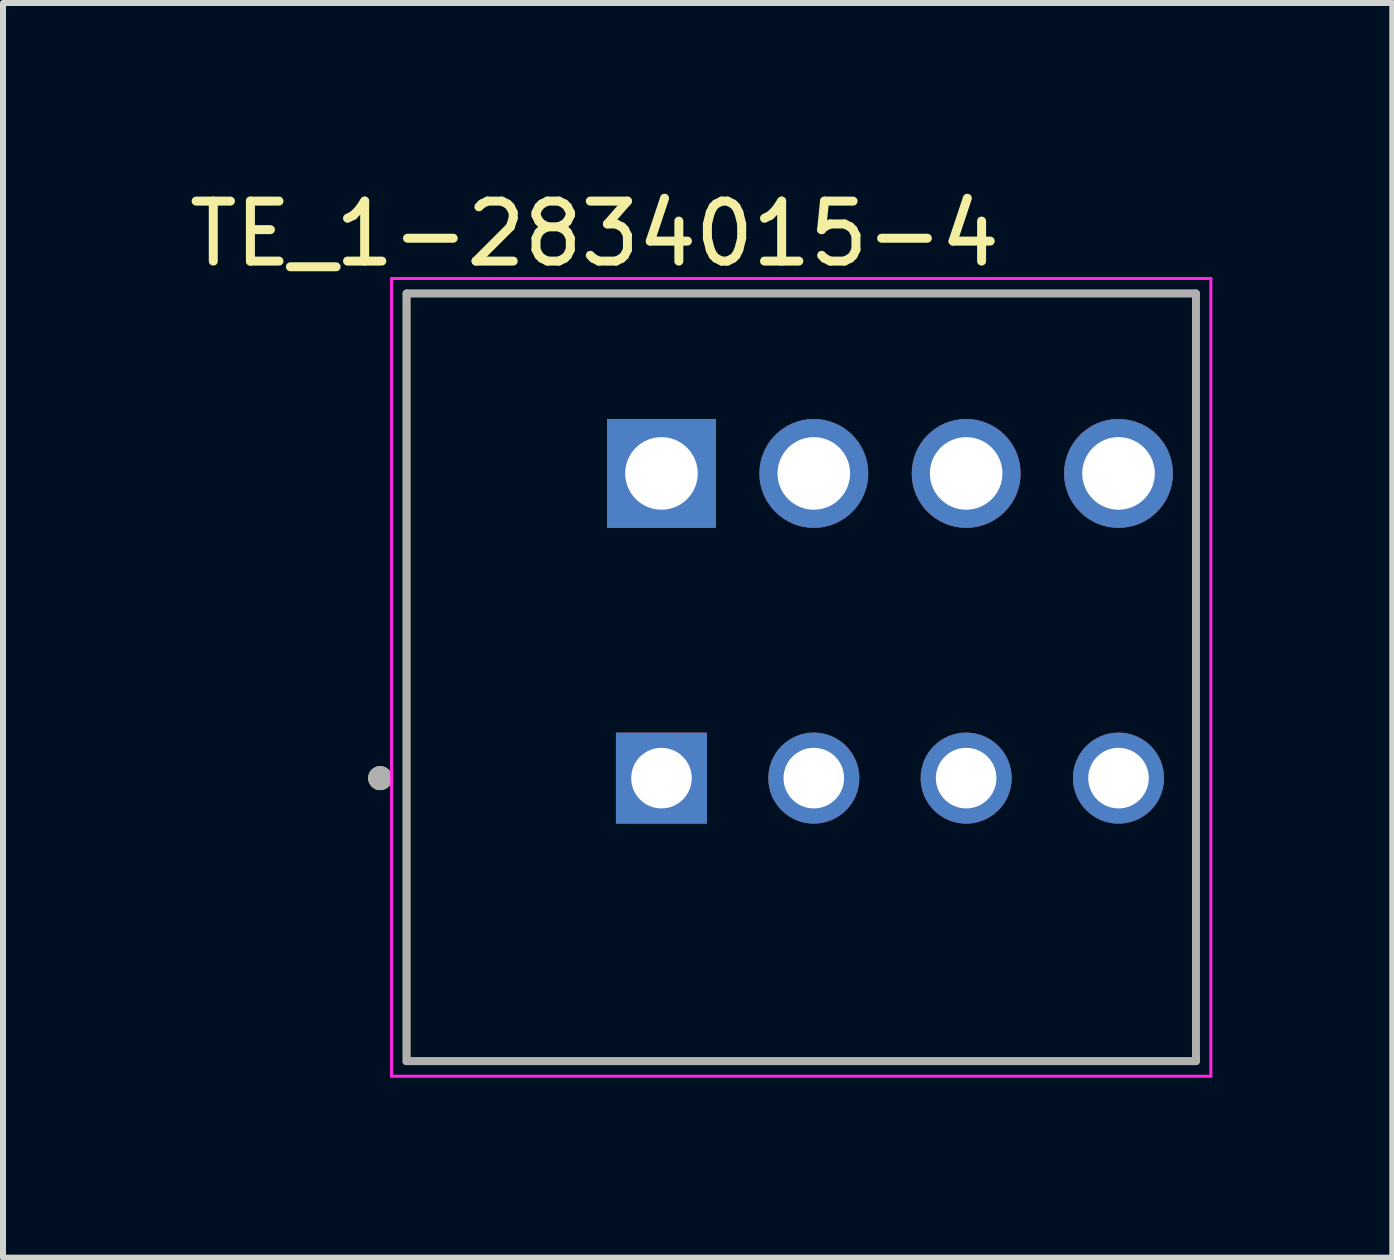
<source format=kicad_pcb>
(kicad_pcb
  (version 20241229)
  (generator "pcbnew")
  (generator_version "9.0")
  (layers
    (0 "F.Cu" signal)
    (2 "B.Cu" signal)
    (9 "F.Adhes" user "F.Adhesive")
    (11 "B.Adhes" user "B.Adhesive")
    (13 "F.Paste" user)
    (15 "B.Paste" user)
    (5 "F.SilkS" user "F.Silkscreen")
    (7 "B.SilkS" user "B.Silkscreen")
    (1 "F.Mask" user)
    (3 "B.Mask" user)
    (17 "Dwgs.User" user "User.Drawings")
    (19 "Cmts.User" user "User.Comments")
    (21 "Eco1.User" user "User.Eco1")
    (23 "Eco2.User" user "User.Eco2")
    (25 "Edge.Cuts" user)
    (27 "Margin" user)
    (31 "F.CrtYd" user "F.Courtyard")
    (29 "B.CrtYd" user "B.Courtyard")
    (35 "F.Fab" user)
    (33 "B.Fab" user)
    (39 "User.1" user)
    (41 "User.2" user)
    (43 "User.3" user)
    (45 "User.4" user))
  (footprint "TE_1-2834015-4"
    (layer "F.Cu")
    (at 11.788 7.383)
    (property "Reference" "TE_1-2834015-4" (at -4.925 -6.535 0) (layer "F.SilkS") (effects (font (size 1 1) (thickness 0.15))))
    (attr through_hole)
    (fp_line (start -8.06 -5.54) (end 5.1 -5.54) (stroke (width 0.127) (type solid)) (layer "F.SilkS"))
    (fp_line (start -8.06 7.26) (end -8.06 -5.54) (stroke (width 0.127) (type solid)) (layer "F.SilkS"))
    (fp_line (start 5.1 -5.54) (end 5.1 7.26) (stroke (width 0.127) (type solid)) (layer "F.SilkS"))
    (fp_line (start 5.1 7.26) (end -8.06 7.26) (stroke (width 0.127) (type solid)) (layer "F.SilkS"))
    (fp_circle (center -8.5 2.54) (end -8.4 2.54) (stroke (width 0.2) (type solid)) (fill no) (layer "F.SilkS"))
    (fp_line (start -8.31 -5.79) (end 5.35 -5.79) (stroke (width 0.05) (type solid)) (layer "F.CrtYd"))
    (fp_line (start -8.31 7.51) (end -8.31 -5.79) (stroke (width 0.05) (type solid)) (layer "F.CrtYd"))
    (fp_line (start 5.35 -5.79) (end 5.35 7.51) (stroke (width 0.05) (type solid)) (layer "F.CrtYd"))
    (fp_line (start 5.35 7.51) (end -8.31 7.51) (stroke (width 0.05) (type solid)) (layer "F.CrtYd"))
    (fp_line (start -8.06 -5.54) (end 5.1 -5.54) (stroke (width 0.127) (type solid)) (layer "F.Fab"))
    (fp_line (start -8.06 7.26) (end -8.06 -5.54) (stroke (width 0.127) (type solid)) (layer "F.Fab"))
    (fp_line (start 5.1 -5.54) (end 5.1 7.26) (stroke (width 0.127) (type solid)) (layer "F.Fab"))
    (fp_line (start 5.1 7.26) (end -8.06 7.26) (stroke (width 0.127) (type solid)) (layer "F.Fab"))
    (fp_circle (center -8.5 2.54) (end -8.4 2.54) (stroke (width 0.2) (type solid)) (fill no) (layer "F.Fab"))
    (pad "1_1" thru_hole rect (at -3.81 2.54) (size 1.518 1.518) (drill 1.01) (layers "*.Cu" "*.Mask"))
    (pad "1_2" thru_hole rect (at -3.81 -2.54) (size 1.815 1.815) (drill 1.21) (layers "*.Cu" "*.Mask"))
    (pad "2_1" thru_hole circle (at -1.27 2.54) (size 1.518 1.518) (drill 1.01) (layers "*.Cu" "*.Mask"))
    (pad "2_2" thru_hole circle (at -1.27 -2.54) (size 1.815 1.815) (drill 1.21) (layers "*.Cu" "*.Mask"))
    (pad "3_1" thru_hole circle (at 1.27 2.54) (size 1.518 1.518) (drill 1.01) (layers "*.Cu" "*.Mask"))
    (pad "3_2" thru_hole circle (at 1.27 -2.54) (size 1.815 1.815) (drill 1.21) (layers "*.Cu" "*.Mask"))
    (pad "4_1" thru_hole circle (at 3.81 2.54) (size 1.518 1.518) (drill 1.01) (layers "*.Cu" "*.Mask"))
    (pad "4_2" thru_hole circle (at 3.81 -2.54) (size 1.815 1.815) (drill 1.21) (layers "*.Cu" "*.Mask")))
  (gr_rect
    (start -3 -3)
    (end 20.163 17.918)
    (stroke (width 0.1) (type default))
    (fill no)
    (layer "Edge.Cuts")))
</source>
